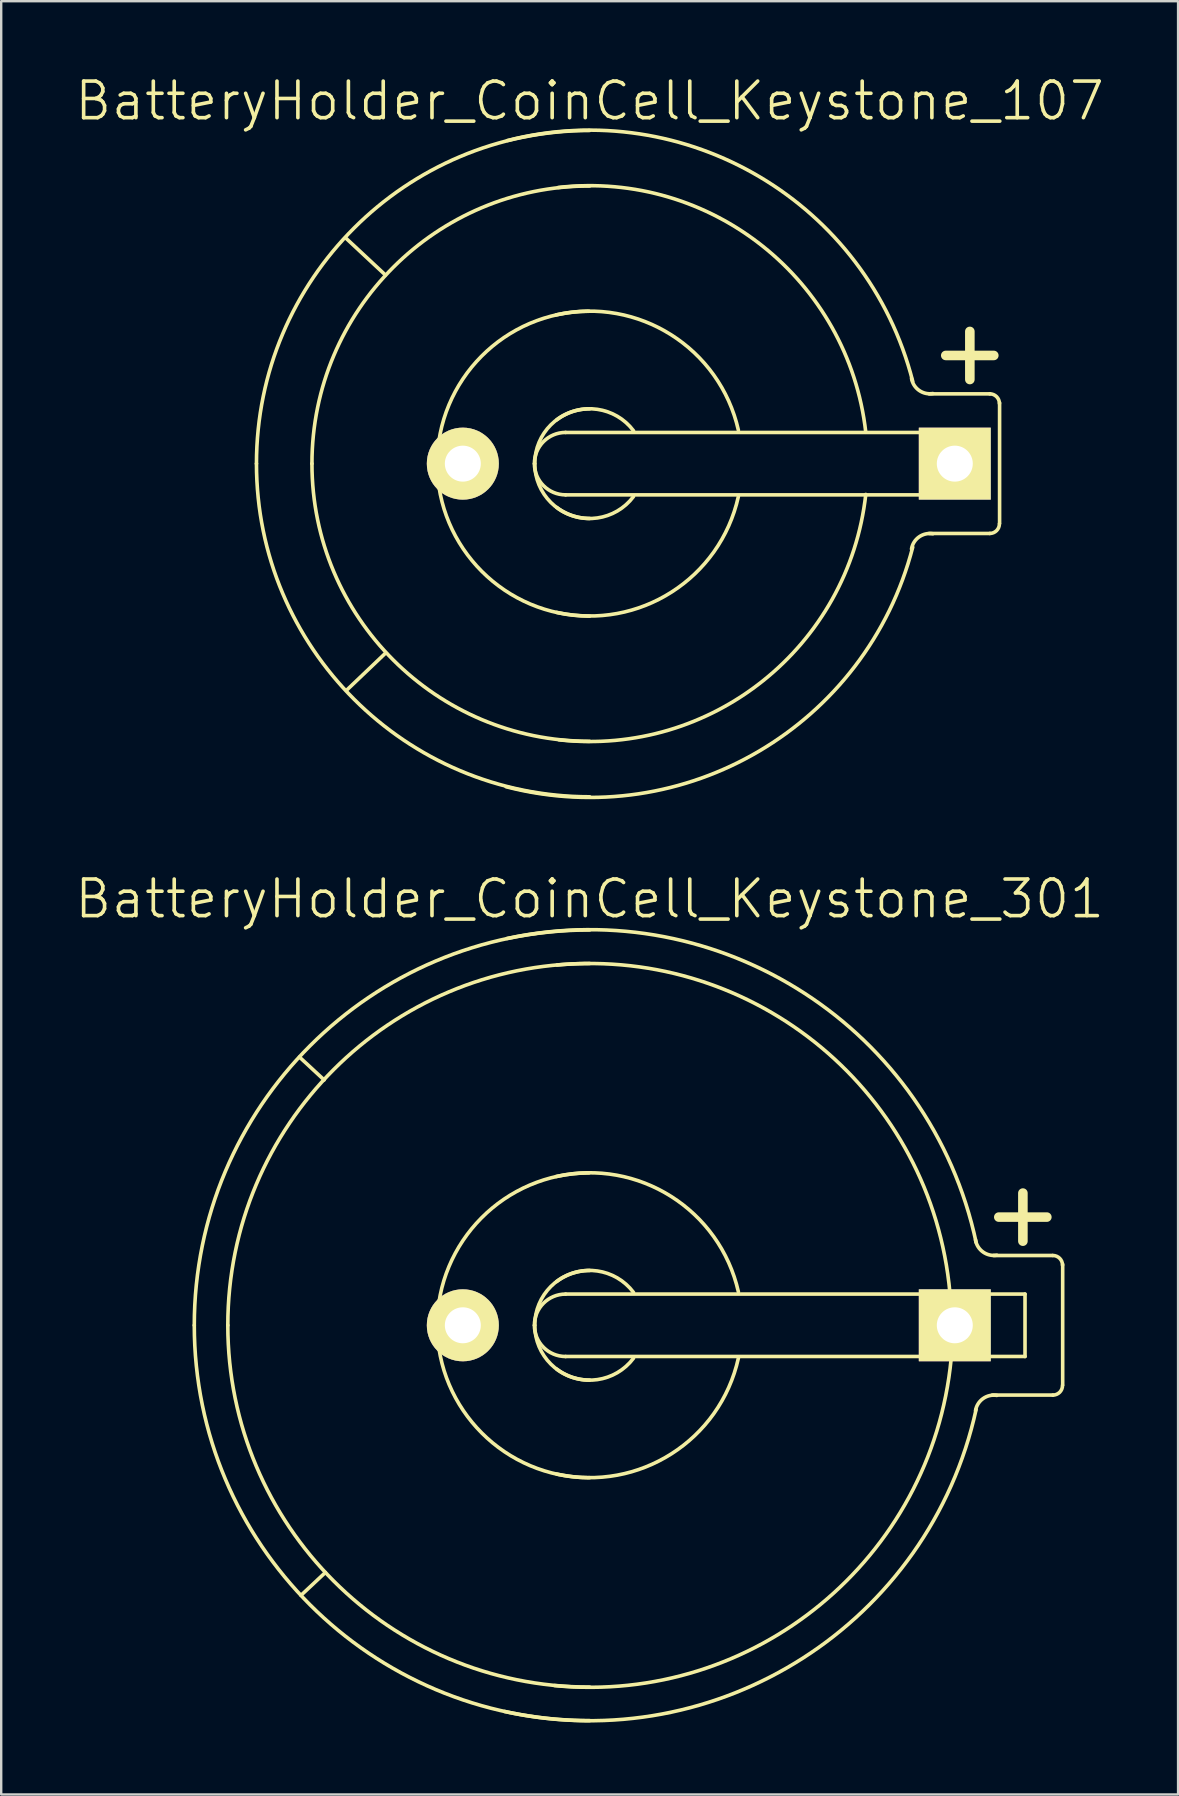
<source format=kicad_pcb>
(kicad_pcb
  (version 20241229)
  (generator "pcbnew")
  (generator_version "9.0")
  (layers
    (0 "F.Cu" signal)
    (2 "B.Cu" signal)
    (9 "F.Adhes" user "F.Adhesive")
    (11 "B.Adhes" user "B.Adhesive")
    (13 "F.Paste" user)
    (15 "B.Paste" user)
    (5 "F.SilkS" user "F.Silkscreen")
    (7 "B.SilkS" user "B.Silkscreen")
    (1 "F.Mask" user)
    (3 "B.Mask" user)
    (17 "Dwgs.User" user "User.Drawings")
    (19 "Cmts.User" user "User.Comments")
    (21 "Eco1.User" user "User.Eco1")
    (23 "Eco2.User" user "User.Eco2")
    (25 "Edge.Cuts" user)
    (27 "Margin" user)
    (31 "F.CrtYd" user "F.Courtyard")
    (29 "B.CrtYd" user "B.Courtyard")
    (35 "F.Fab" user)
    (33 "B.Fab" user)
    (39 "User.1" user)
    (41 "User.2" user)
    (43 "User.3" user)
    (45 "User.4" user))
  (footprint "BatteryHolder_CoinCell_Keystone_301"
    (layer "F.Cu")
    (at 21.517 52.169)
    (property "Reference" "BatteryHolder_CoinCell_Keystone_301" (at 0 -17.767 0) (layer "F.SilkS") (effects (font (size 1.524 1.524) (thickness 0.15))))
    (attr through_hole)
    (fp_line (start -11.062 -10.223) (end -12.09 -11.176) (stroke (width 0.15) (type solid)) (layer "F.SilkS"))
    (fp_line (start -11.011 10.3) (end -12.027 11.252) (stroke (width 0.15) (type solid)) (layer "F.SilkS"))
    (fp_line (start -1.001 -1.3) (end 15.199 -1.3) (stroke (width 0.15) (type solid)) (layer "F.SilkS"))
    (fp_line (start 14.732 -1.3) (end 18.141 -1.3) (stroke (width 0.15) (type solid)) (layer "F.SilkS"))
    (fp_line (start 15.199 1.3) (end -1.001 1.3) (stroke (width 0.15) (type solid)) (layer "F.SilkS"))
    (fp_line (start 15.215 1.3) (end 18.141 1.3) (stroke (width 0.15) (type solid)) (layer "F.SilkS"))
    (fp_line (start 17.048 -4.508) (end 19.05 -4.508) (stroke (width 0.399) (type solid)) (layer "F.SilkS"))
    (fp_line (start 18.052 -3.505) (end 18.052 -5.509) (stroke (width 0.399) (type solid)) (layer "F.SilkS"))
    (fp_line (start 18.141 -1.3) (end 18.141 1.3) (stroke (width 0.15) (type solid)) (layer "F.SilkS"))
    (fp_line (start 19.291 -2.908) (end 16.828 -2.908) (stroke (width 0.15) (type solid)) (layer "F.SilkS"))
    (fp_line (start 19.304 2.908) (end 16.777 2.908) (stroke (width 0.15) (type solid)) (layer "F.SilkS"))
    (fp_line (start 19.71 -2.54) (end 19.71 2.489) (stroke (width 0.15) (type solid)) (layer "F.SilkS"))
    (fp_arc (start -16.4719 0) (mid -11.647392 -11.647392) (end 0 -16.4719) (stroke (width 0.15) (type solid)) (layer "F.SilkS"))
    (fp_arc (start -15.0749 0) (mid -10.659564 -10.659564) (end 0 -15.0749) (stroke (width 0.15) (type solid)) (layer "F.SilkS"))
    (fp_arc (start -6.35 0.0254) (mid -4.508089 -4.472168) (end -0.0254 -6.35) (stroke (width 0.15) (type solid)) (layer "F.SilkS"))
    (fp_arc (start -3.4417 -16.1163) (mid 8.953315 -13.833314) (end 16.1036 -3.4544) (stroke (width 0.15) (type solid)) (layer "F.SilkS"))
    (fp_arc (start -2.30124 0) (mid -1.920338 -0.919578) (end -1.00076 -1.30048) (stroke (width 0.15) (type solid)) (layer "F.SilkS"))
    (fp_arc (start -2.286 0) (mid -1.616446 -1.616446) (end 0 -2.286) (stroke (width 0.15) (type solid)) (layer "F.SilkS"))
    (fp_arc (start -1.397 -6.1976) (mid 3.394537 -5.370193) (end 6.1976 -1.397) (stroke (width 0.15) (type solid)) (layer "F.SilkS"))
    (fp_arc (start -1.3716 -1.8288) (mid 0.323289 -2.263025) (end 1.8288 -1.3716) (stroke (width 0.15) (type solid)) (layer "F.SilkS"))
    (fp_arc (start -1.3589 -15.0114) (mid 9.653775 -11.57555) (end 15.0114 -1.3589) (stroke (width 0.15) (type solid)) (layer "F.SilkS"))
    (fp_arc (start -1.00076 1.30048) (mid -1.920338 0.919578) (end -2.30124 0) (stroke (width 0.15) (type solid)) (layer "F.SilkS"))
    (fp_arc (start 0 2.286) (mid -1.616446 1.616446) (end -2.286 0) (stroke (width 0.15) (type solid)) (layer "F.SilkS"))
    (fp_arc (start 0 6.35) (mid -4.490128 4.490128) (end -6.35 0) (stroke (width 0.15) (type solid)) (layer "F.SilkS"))
    (fp_arc (start 0 15.0749) (mid -10.659564 10.659564) (end -15.0749 0) (stroke (width 0.15) (type solid)) (layer "F.SilkS"))
    (fp_arc (start 0 16.4719) (mid -11.647392 11.647392) (end -16.4719 0) (stroke (width 0.15) (type solid)) (layer "F.SilkS"))
    (fp_arc (start 1.8288 1.3716) (mid 0.323289 2.263025) (end -1.3716 1.8288) (stroke (width 0.15) (type solid)) (layer "F.SilkS"))
    (fp_arc (start 6.1976 1.3716) (mid 3.412497 5.352233) (end -1.3716 6.1976) (stroke (width 0.15) (type solid)) (layer "F.SilkS"))
    (fp_arc (start 15.0622 1.4097) (mid 9.617854 11.632513) (end -1.4605 15.0114) (stroke (width 0.15) (type solid)) (layer "F.SilkS"))
    (fp_arc (start 16.0782 3.556) (mid 16.391187 3.054382) (end 16.9672 2.921) (stroke (width 0.15) (type solid)) (layer "F.SilkS"))
    (fp_arc (start 16.1036 3.5052) (mid 8.886734 13.867056) (end -3.5433 16.0909) (stroke (width 0.15) (type solid)) (layer "F.SilkS"))
    (fp_arc (start 16.9672 -2.921) (mid 16.391187 -3.054382) (end 16.0782 -3.556) (stroke (width 0.15) (type solid)) (layer "F.SilkS"))
    (fp_arc (start 19.30146 -2.9083) (mid 19.585236 -2.790756) (end 19.70278 -2.50698) (stroke (width 0.15) (type solid)) (layer "F.SilkS"))
    (fp_arc (start 19.70278 2.50698) (mid 19.585236 2.790756) (end 19.30146 2.9083) (stroke (width 0.15) (type solid)) (layer "F.SilkS"))
    (pad "1" thru_hole rect (at 15.215 0) (size 2.997 2.997) (drill 1.499) (layers "*.Cu" "*.Mask" "F.SilkS"))
    (pad "2" thru_hole circle (at -5.283 0) (size 3 3) (drill 1.499) (layers "*.Cu" "*.Mask" "F.SilkS")))
  (footprint "BatteryHolder_CoinCell_Keystone_107"
    (layer "F.Cu")
    (at 21.517 16.268)
    (property "Reference" "BatteryHolder_CoinCell_Keystone_107" (at 0 -15.113 0) (layer "F.SilkS") (effects (font (size 1.524 1.524) (thickness 0.15))))
    (attr through_hole)
    (fp_line (start -8.509 -7.861) (end -10.173 -9.411) (stroke (width 0.15) (type solid)) (layer "F.SilkS"))
    (fp_line (start -8.496 7.887) (end -10.135 9.449) (stroke (width 0.15) (type solid)) (layer "F.SilkS"))
    (fp_line (start -1.001 -1.3) (end 15.199 -1.3) (stroke (width 0.15) (type solid)) (layer "F.SilkS"))
    (fp_line (start 14.839 -4.508) (end 16.84 -4.508) (stroke (width 0.399) (type solid)) (layer "F.SilkS"))
    (fp_line (start 15.199 1.3) (end -1.001 1.3) (stroke (width 0.15) (type solid)) (layer "F.SilkS"))
    (fp_line (start 15.207 -1.3) (end 15.207 1.3) (stroke (width 0.15) (type solid)) (layer "F.SilkS"))
    (fp_line (start 15.842 -3.505) (end 15.842 -5.509) (stroke (width 0.399) (type solid)) (layer "F.SilkS"))
    (fp_line (start 16.675 -2.908) (end 14.148 -2.908) (stroke (width 0.15) (type solid)) (layer "F.SilkS"))
    (fp_line (start 16.675 2.908) (end 14.148 2.908) (stroke (width 0.15) (type solid)) (layer "F.SilkS"))
    (fp_line (start 17.081 -2.54) (end 17.081 2.489) (stroke (width 0.15) (type solid)) (layer "F.SilkS"))
    (fp_arc (start -13.8811 0) (mid -9.81542 -9.81542) (end 0 -13.8811) (stroke (width 0.15) (type solid)) (layer "F.SilkS"))
    (fp_arc (start -11.5697 0) (mid -8.181013 -8.181013) (end 0 -11.5697) (stroke (width 0.15) (type solid)) (layer "F.SilkS"))
    (fp_arc (start -6.35 0.0254) (mid -4.508089 -4.472168) (end -0.0254 -6.35) (stroke (width 0.15) (type solid)) (layer "F.SilkS"))
    (fp_arc (start -3.429 -13.462) (mid 7.094402 -11.943741) (end 13.462 -3.429) (stroke (width 0.15) (type solid)) (layer "F.SilkS"))
    (fp_arc (start -2.30124 0) (mid -1.920338 -0.919578) (end -1.00076 -1.30048) (stroke (width 0.15) (type solid)) (layer "F.SilkS"))
    (fp_arc (start -2.286 0) (mid -1.616446 -1.616446) (end 0 -2.286) (stroke (width 0.15) (type solid)) (layer "F.SilkS"))
    (fp_arc (start -1.397 -6.1976) (mid 3.394537 -5.370193) (end 6.1976 -1.397) (stroke (width 0.15) (type solid)) (layer "F.SilkS"))
    (fp_arc (start -1.3716 -1.8288) (mid 0.323289 -2.263025) (end 1.8288 -1.3716) (stroke (width 0.15) (type solid)) (layer "F.SilkS"))
    (fp_arc (start -1.3081 -11.5062) (mid 7.211146 -9.061078) (end 11.5062 -1.3081) (stroke (width 0.15) (type solid)) (layer "F.SilkS"))
    (fp_arc (start -1.00076 1.30048) (mid -1.920338 0.919578) (end -2.30124 0) (stroke (width 0.15) (type solid)) (layer "F.SilkS"))
    (fp_arc (start 0 2.286) (mid -1.616446 1.616446) (end -2.286 0) (stroke (width 0.15) (type solid)) (layer "F.SilkS"))
    (fp_arc (start 0 6.35) (mid -4.490128 4.490128) (end -6.35 0) (stroke (width 0.15) (type solid)) (layer "F.SilkS"))
    (fp_arc (start 0 11.5697) (mid -8.181013 8.181013) (end -11.5697 0) (stroke (width 0.15) (type solid)) (layer "F.SilkS"))
    (fp_arc (start 0 13.8811) (mid -9.81542 9.81542) (end -13.8811 0) (stroke (width 0.15) (type solid)) (layer "F.SilkS"))
    (fp_arc (start 1.8288 1.3716) (mid 0.323289 2.263025) (end -1.3716 1.8288) (stroke (width 0.15) (type solid)) (layer "F.SilkS"))
    (fp_arc (start 6.1976 1.3716) (mid 3.412497 5.352233) (end -1.3716 6.1976) (stroke (width 0.15) (type solid)) (layer "F.SilkS"))
    (fp_arc (start 11.5062 1.2827) (mid 7.229106 9.043118) (end -1.2827 11.5062) (stroke (width 0.15) (type solid)) (layer "F.SilkS"))
    (fp_arc (start 13.4112 3.556) (mid 13.724187 3.054382) (end 14.3002 2.921) (stroke (width 0.15) (type solid)) (layer "F.SilkS"))
    (fp_arc (start 13.462 3.4798) (mid 7.058481 11.979662) (end -3.4798 13.462) (stroke (width 0.15) (type solid)) (layer "F.SilkS"))
    (fp_arc (start 14.3002 -2.921) (mid 13.724187 -3.054382) (end 13.4112 -3.556) (stroke (width 0.15) (type solid)) (layer "F.SilkS"))
    (fp_arc (start 16.67256 -2.9083) (mid 16.956336 -2.790756) (end 17.07388 -2.50698) (stroke (width 0.15) (type solid)) (layer "F.SilkS"))
    (fp_arc (start 17.07388 2.50698) (mid 16.956336 2.790756) (end 16.67256 2.9083) (stroke (width 0.15) (type solid)) (layer "F.SilkS"))
    (pad "1" thru_hole rect (at 15.215 0) (size 2.997 2.997) (drill 1.499) (layers "*.Cu" "*.Mask" "F.SilkS"))
    (pad "2" thru_hole circle (at -5.283 0) (size 3 3) (drill 1.499) (layers "*.Cu" "*.Mask" "F.SilkS")))
  (gr_rect
    (start -3 -3)
    (end 46.035 71.717)
    (stroke (width 0.1) (type default))
    (fill no)
    (layer "Edge.Cuts")))
</source>
